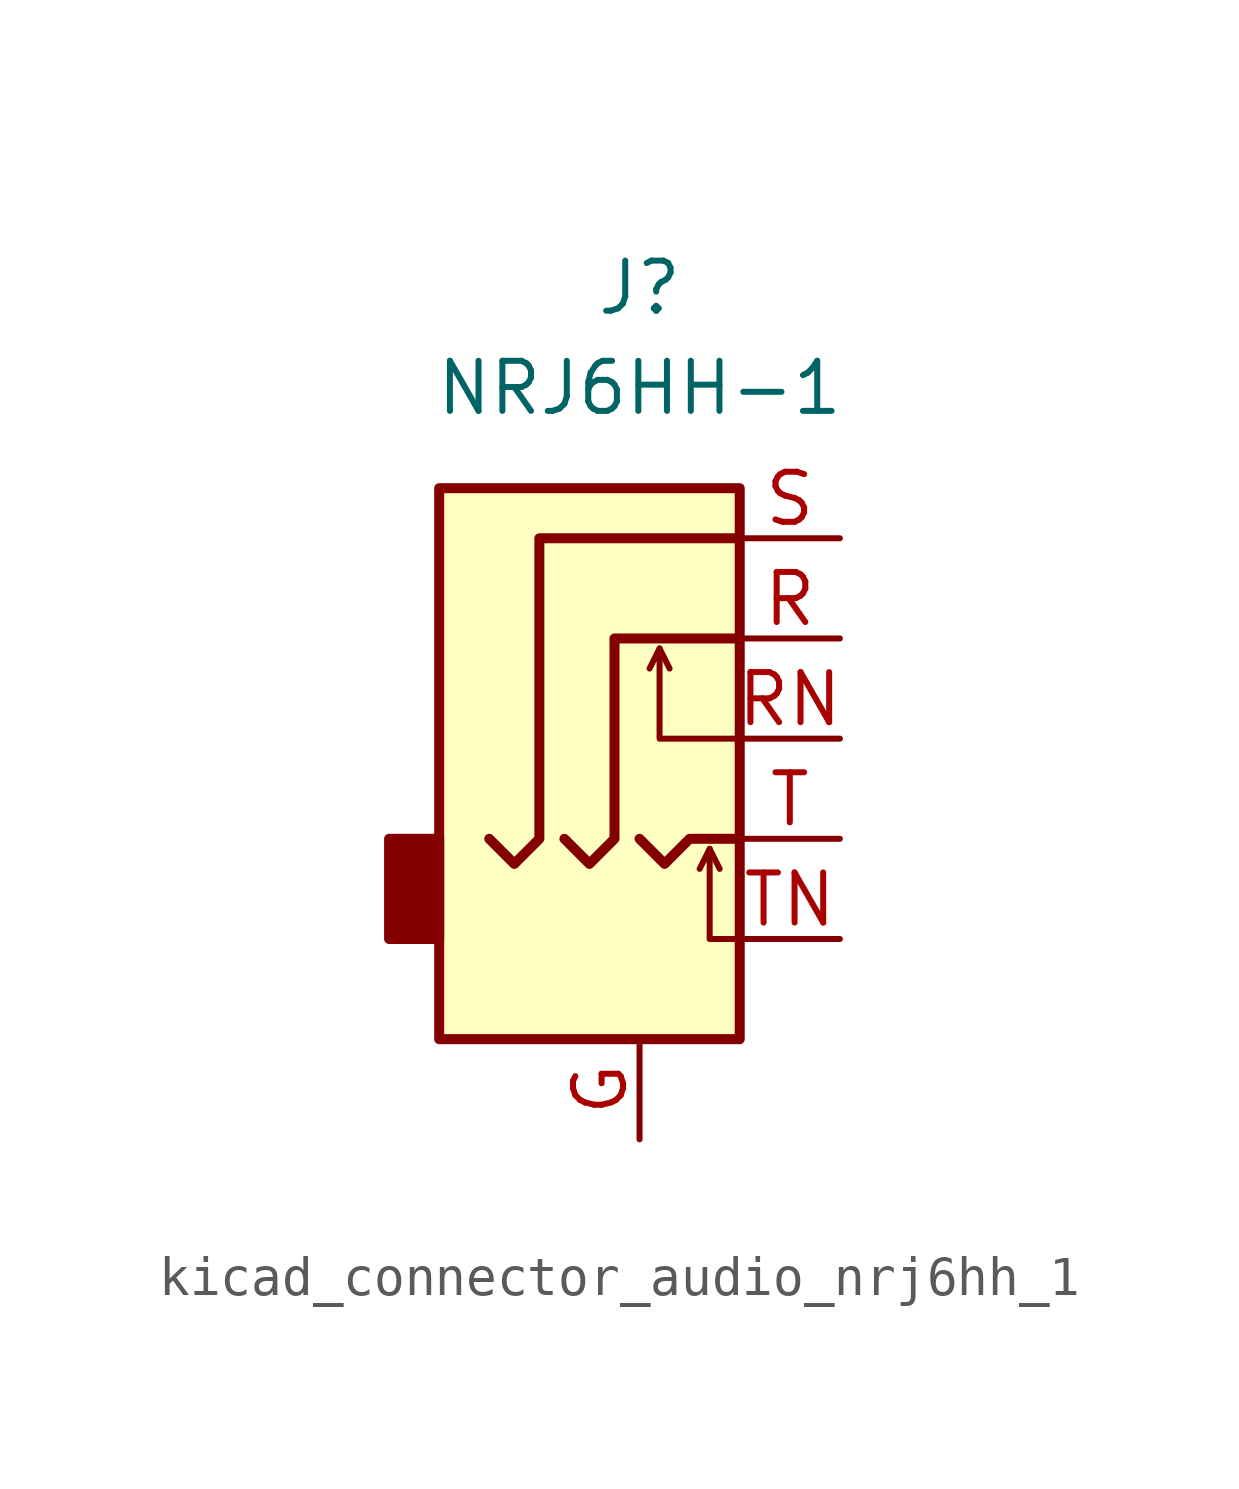
<source format=kicad_sym>
(kicad_symbol_lib
  (version 20220914)
  (generator kicad_symbol_editor)
  (symbol "kicad_connector_audio_nrj6hh_1"
    (property "Reference" "J"
      (at 0 8.89 0)
      (effects (font (size 1.27 1.27))))
    (property "Value" "NRJ6HH-1"
      (at 0 6.35 0)
      (effects (font (size 1.27 1.27))))
    (symbol "kicad_connector_audio_nrj6hh_1_0_1"
      (rectangle (start -5.08 -5.08) (end -6.35 -7.62) (stroke (width 0.254) (type default)) (fill (type outline)))
      (polyline (pts (xy 0.508 -0.254) (xy 0.762 -0.762)) (stroke (width 0) (type default)) (fill (type none)))
      (polyline (pts (xy 1.778 -5.334) (xy 2.032 -5.842)) (stroke (width 0) (type default)) (fill (type none)))
      (polyline (pts (xy 0 -5.08) (xy 0.635 -5.715) (xy 1.27 -5.08) (xy 2.54 -5.08)) (stroke (width 0.254) (type default)) (fill (type none)))
      (polyline (pts (xy 2.54 -7.62) (xy 1.778 -7.62) (xy 1.778 -5.334) (xy 1.524 -5.842)) (stroke (width 0) (type default)) (fill (type none)))
      (polyline (pts (xy 2.54 -2.54) (xy 0.508 -2.54) (xy 0.508 -0.254) (xy 0.254 -0.762)) (stroke (width 0) (type default)) (fill (type none)))
      (polyline (pts (xy -1.905 -5.08) (xy -1.27 -5.715) (xy -0.635 -5.08) (xy -0.635 0) (xy 2.54 0)) (stroke (width 0.254) (type default)) (fill (type none)))
      (polyline (pts (xy 2.54 2.54) (xy -2.54 2.54) (xy -2.54 -5.08) (xy -3.175 -5.715) (xy -3.81 -5.08)) (stroke (width 0.254) (type default)) (fill (type none)))
      (rectangle (start 2.54 3.81) (end -5.08 -10.16) (stroke (width 0.254) (type default)) (fill (type background))))
    (symbol "kicad_connector_audio_nrj6hh_1_1_1"
      (pin passive line (at 0 -12.7 90) (length 2.54) (name "~" (effects (font (size 1.27 1.27)))) (number "G" (effects (font (size 1.27 1.27)))))
      (pin passive line (at 5.08 0 180) (length 2.54) (name "~" (effects (font (size 1.27 1.27)))) (number "R" (effects (font (size 1.27 1.27)))))
      (pin passive line (at 5.08 -2.54 180) (length 2.54) (name "~" (effects (font (size 1.27 1.27)))) (number "RN" (effects (font (size 1.27 1.27)))))
      (pin passive line (at 5.08 2.54 180) (length 2.54) (name "~" (effects (font (size 1.27 1.27)))) (number "S" (effects (font (size 1.27 1.27)))))
      (pin passive line (at 5.08 -5.08 180) (length 2.54) (name "~" (effects (font (size 1.27 1.27)))) (number "T" (effects (font (size 1.27 1.27)))))
      (pin passive line (at 5.08 -7.62 180) (length 2.54) (name "~" (effects (font (size 1.27 1.27)))) (number "TN" (effects (font (size 1.27 1.27))))))))
</source>
